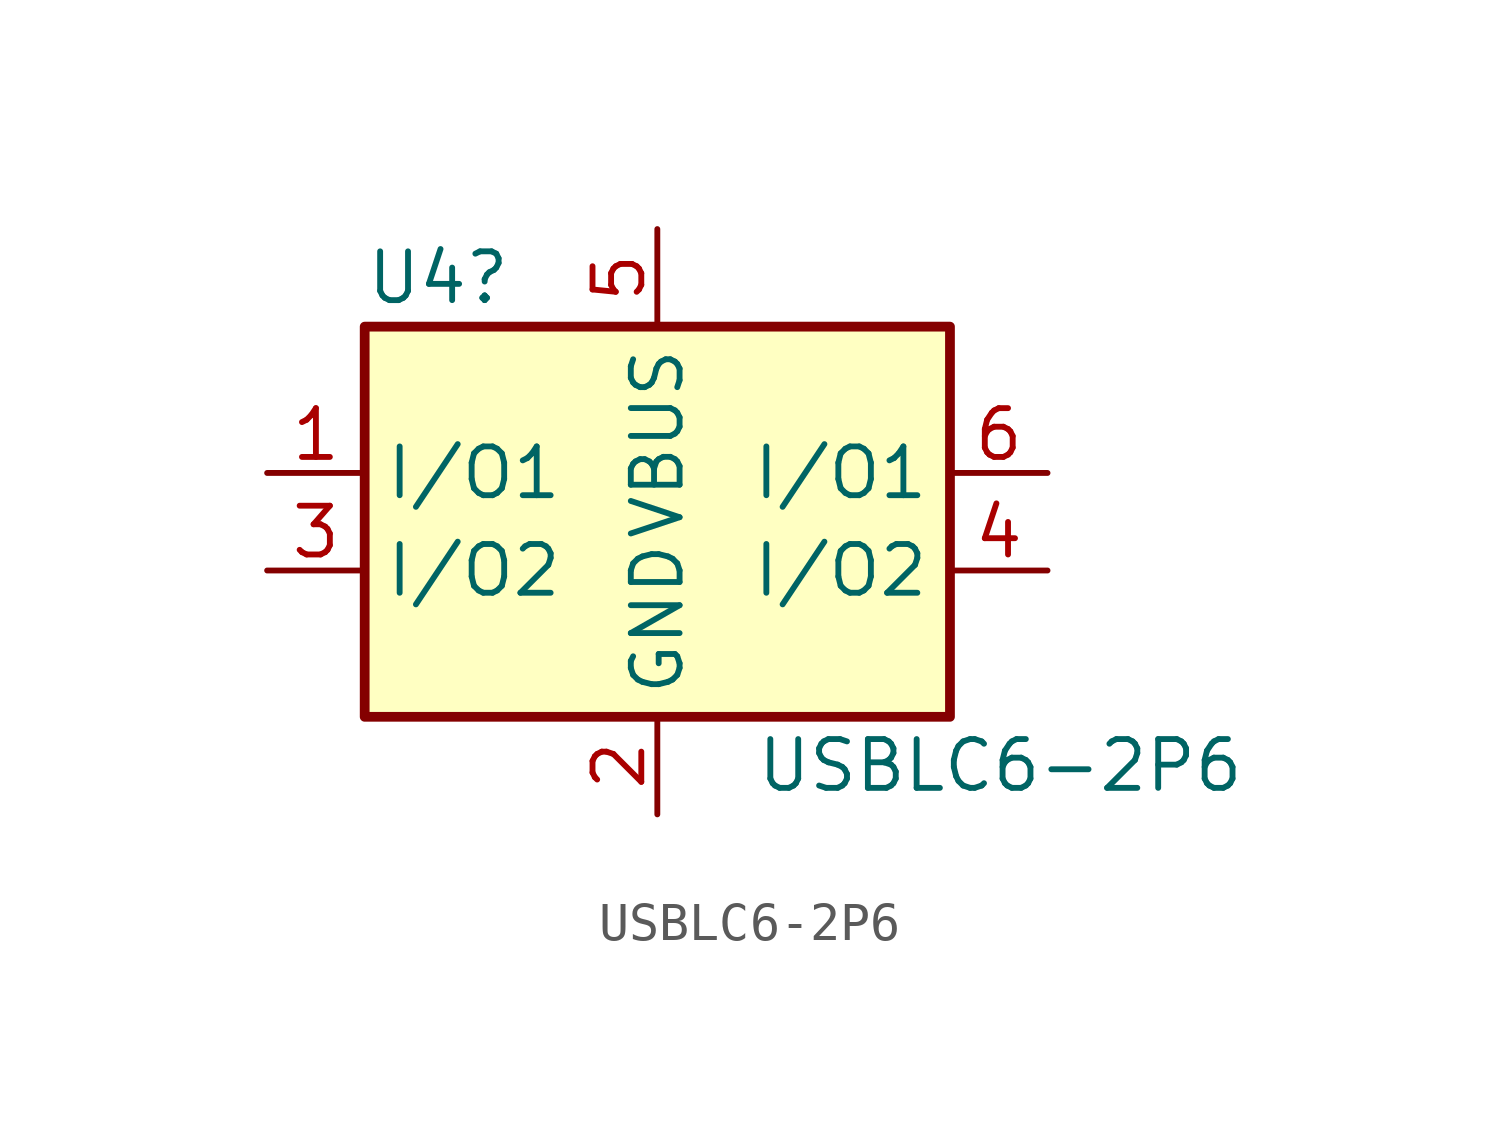
<source format=kicad_sym>
(kicad_symbol_lib
  (version 20241209)
  (generator "kicad_symbol_editor")
  (generator_version "9.0")
  (symbol "USBLC6-2P6"
    (property "Reference" "U4"
      (at -7.62 8.89 0)
      (effects (font (size 1.27 1.27)) (justify left)))
    (property "Value" "USBLC6-2P6"
      (at 2.54 -3.81 0)
      (effects (font (size 1.27 1.27)) (justify left)))
    (symbol "USBLC6-2P6_0_1"
      (rectangle (start -7.62 7.62) (end 7.62 -2.54) (stroke (width 0.254) (type default)) (fill (type background))))
    (symbol "USBLC6-2P6_1_1"
      (pin passive line (at -10.16 3.81 0) (length 2.54) (name "I/O1" (effects (font (size 1.27 1.27)))) (number "1" (effects (font (size 1.27 1.27)))))
      (pin passive line (at -10.16 1.27 0) (length 2.54) (name "I/O2" (effects (font (size 1.27 1.27)))) (number "3" (effects (font (size 1.27 1.27)))))
      (pin passive line (at 0 10.16 270) (length 2.54) (name "VBUS" (effects (font (size 1.27 1.27)))) (number "5" (effects (font (size 1.27 1.27)))))
      (pin passive line (at 0 -5.08 90) (length 2.54) (name "GND" (effects (font (size 1.27 1.27)))) (number "2" (effects (font (size 1.27 1.27)))))
      (pin passive line (at 10.16 3.81 180) (length 2.54) (name "I/O1" (effects (font (size 1.27 1.27)))) (number "6" (effects (font (size 1.27 1.27)))))
      (pin passive line (at 10.16 1.27 180) (length 2.54) (name "I/O2" (effects (font (size 1.27 1.27)))) (number "4" (effects (font (size 1.27 1.27))))))))
</source>
